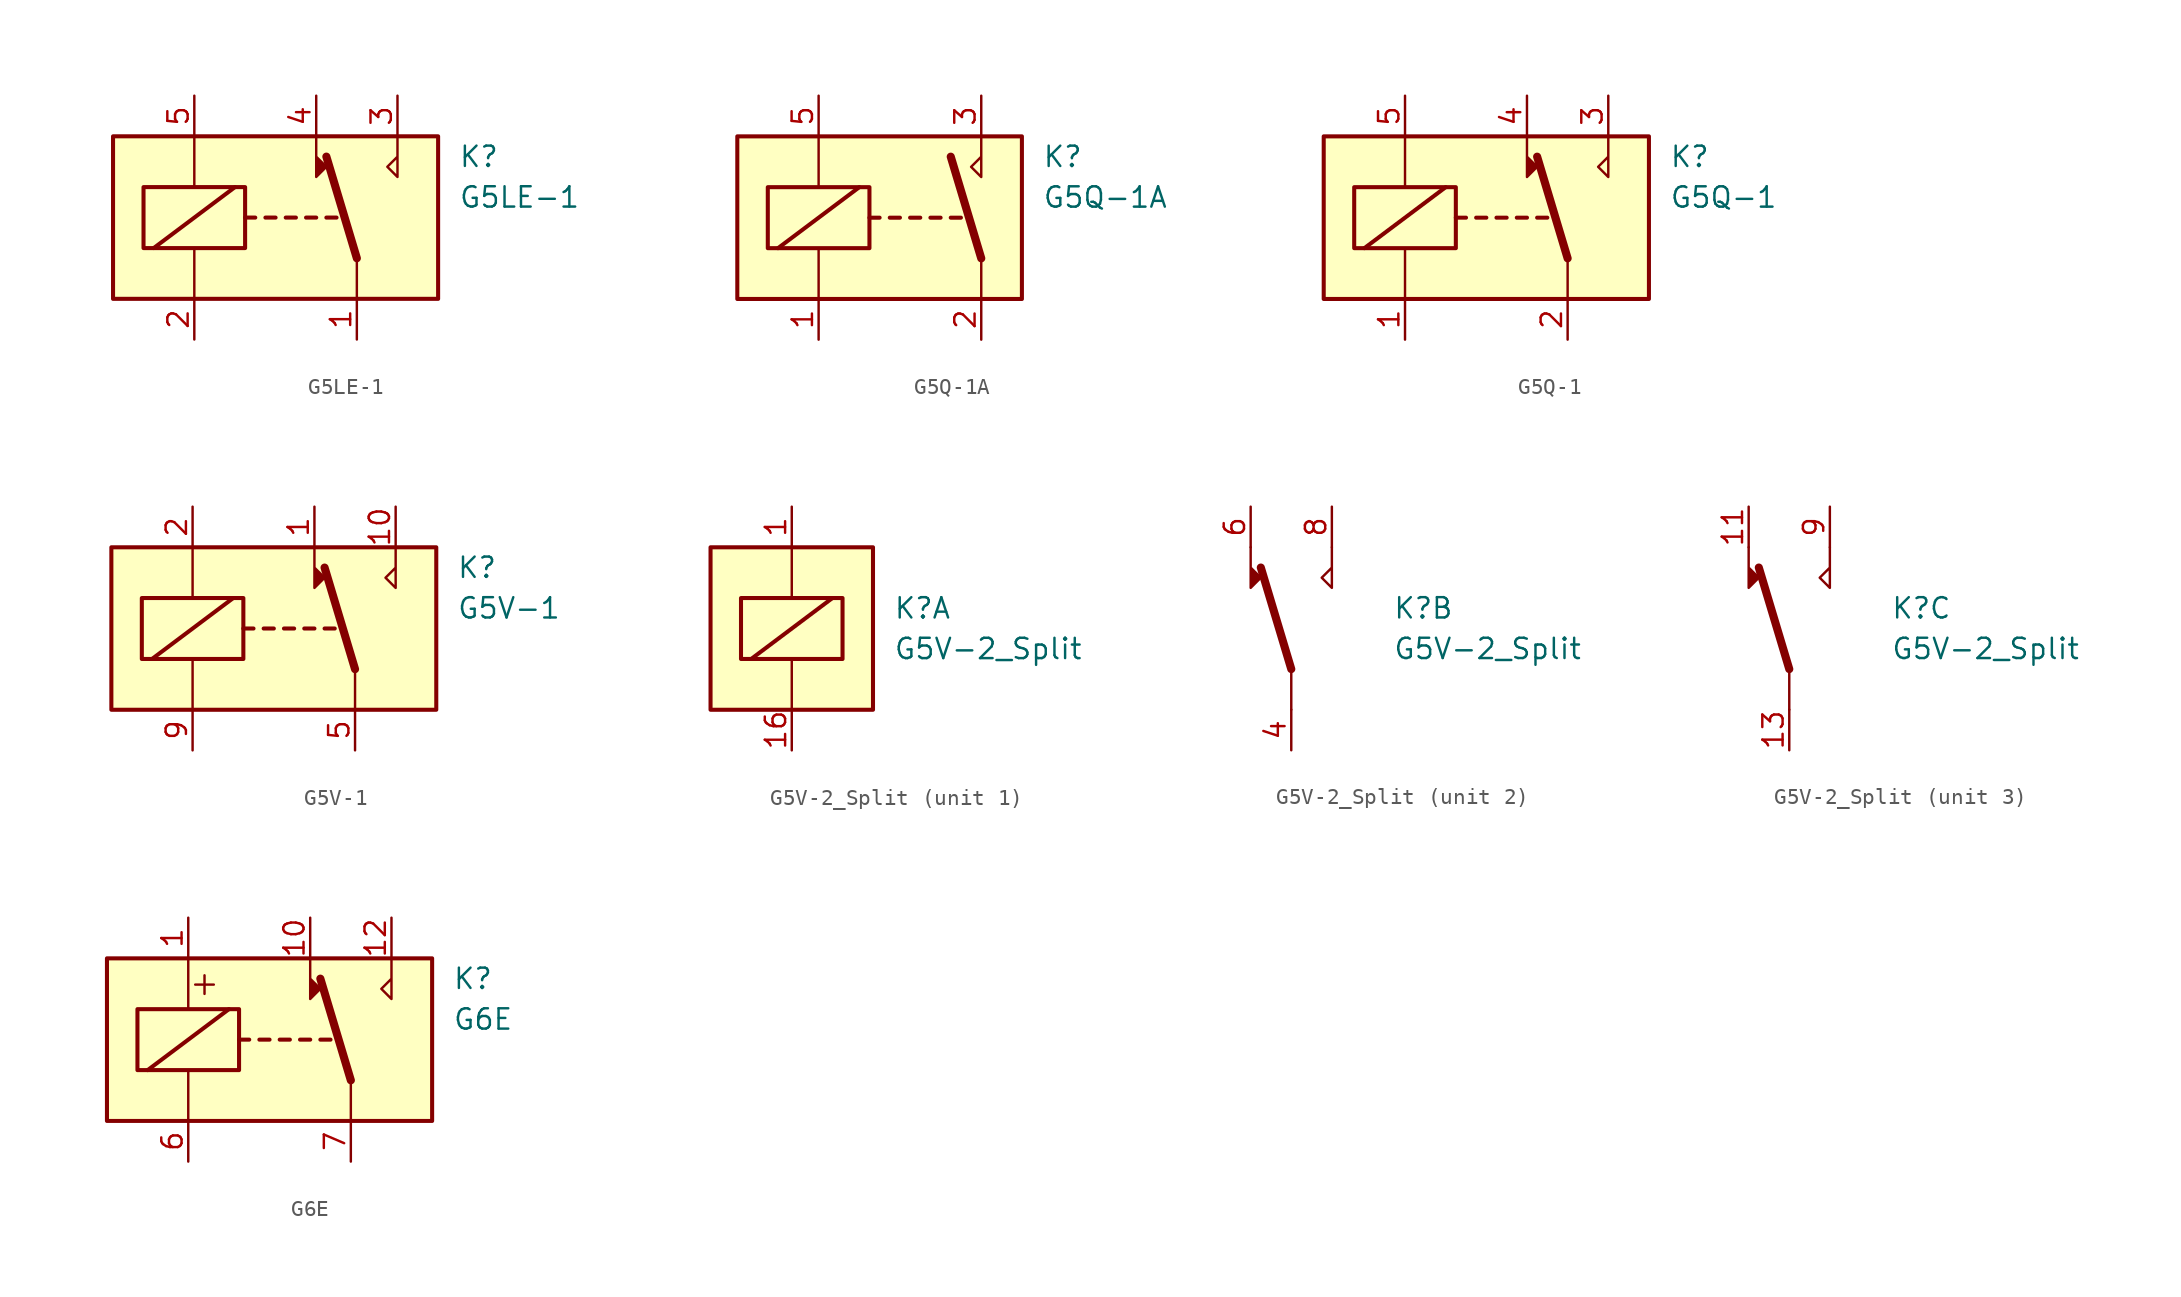
<source format=kicad_sym>
(kicad_symbol_lib
  (version 20201005)
  (generator kicad_symbol_editor)
  (symbol "G5LE-1"
    (property "Reference" "K"
      (at 11.43 3.81 0)
      (effects (font (size 1.27 1.27)) (justify left)))
    (property "Value" "G5LE-1"
      (at 11.43 1.27 0)
      (effects (font (size 1.27 1.27)) (justify left)))
    (symbol "G5LE-1_0_0"
      (polyline (pts (xy 7.62 5.08) (xy 7.62 2.54) (xy 6.985 3.175) (xy 7.62 3.81)) (stroke (width 0)) (fill (type none))))
    (symbol "G5LE-1_0_1"
      (rectangle (start -8.255 1.905) (end -1.905 -1.905) (stroke (width 0.254)) (fill (type none)))
      (rectangle (start -10.16 5.08) (end 10.16 -5.08) (stroke (width 0.254)) (fill (type background)))
      (polyline (pts (xy -7.62 -1.905) (xy -2.54 1.905)) (stroke (width 0.254)) (fill (type none)))
      (polyline (pts (xy -5.08 -5.08) (xy -5.08 -1.905)) (stroke (width 0)) (fill (type none)))
      (polyline (pts (xy -5.08 5.08) (xy -5.08 1.905)) (stroke (width 0)) (fill (type none)))
      (polyline (pts (xy -1.905 0) (xy -1.27 0)) (stroke (width 0.254)) (fill (type none)))
      (polyline (pts (xy -0.635 0) (xy 0 0)) (stroke (width 0.254)) (fill (type none)))
      (polyline (pts (xy 0.635 0) (xy 1.27 0)) (stroke (width 0.254)) (fill (type none)))
      (polyline (pts (xy 1.905 0) (xy 2.54 0)) (stroke (width 0.254)) (fill (type none)))
      (polyline (pts (xy 3.175 0) (xy 3.81 0)) (stroke (width 0.254)) (fill (type none)))
      (polyline (pts (xy 5.08 -2.54) (xy 3.175 3.81)) (stroke (width 0.508)) (fill (type none)))
      (polyline (pts (xy 5.08 -2.54) (xy 5.08 -5.08)) (stroke (width 0)) (fill (type none)))
      (polyline (pts (xy 2.54 5.08) (xy 2.54 2.54) (xy 3.175 3.175) (xy 2.54 3.81)) (stroke (width 0)) (fill (type outline))))
    (symbol "G5LE-1_1_1"
      (pin passive line (at 5.08 -7.62 90) (length 2.54) (name "~" (effects (font (size 1.27 1.27)))) (number "1" (effects (font (size 1.27 1.27)))))
      (pin passive line (at -5.08 -7.62 90) (length 2.54) (name "~" (effects (font (size 1.27 1.27)))) (number "2" (effects (font (size 1.27 1.27)))))
      (pin passive line (at 7.62 7.62 270) (length 2.54) (name "~" (effects (font (size 1.27 1.27)))) (number "3" (effects (font (size 1.27 1.27)))))
      (pin passive line (at 2.54 7.62 270) (length 2.54) (name "~" (effects (font (size 1.27 1.27)))) (number "4" (effects (font (size 1.27 1.27)))))
      (pin passive line (at -5.08 7.62 270) (length 2.54) (name "~" (effects (font (size 1.27 1.27)))) (number "5" (effects (font (size 1.27 1.27)))))))
  (symbol "G5Q-1A"
    (property "Reference" "K"
      (at 8.89 3.81 0)
      (effects (font (size 1.27 1.27)) (justify left)))
    (property "Value" "G5Q-1A"
      (at 8.89 1.27 0)
      (effects (font (size 1.27 1.27)) (justify left)))
    (symbol "G5Q-1A_0_0"
      (polyline (pts (xy 5.08 5.08) (xy 5.08 2.54) (xy 4.445 3.175) (xy 5.08 3.81)) (stroke (width 0)) (fill (type none))))
    (symbol "G5Q-1A_0_1"
      (rectangle (start -8.255 1.905) (end -1.905 -1.905) (stroke (width 0.254)) (fill (type none)))
      (rectangle (start -10.16 5.08) (end 7.62 -5.08) (stroke (width 0.254)) (fill (type background)))
      (polyline (pts (xy -7.62 -1.905) (xy -2.54 1.905)) (stroke (width 0.254)) (fill (type none)))
      (polyline (pts (xy -5.08 -5.08) (xy -5.08 -1.905)) (stroke (width 0)) (fill (type none)))
      (polyline (pts (xy -5.08 5.08) (xy -5.08 1.905)) (stroke (width 0)) (fill (type none)))
      (polyline (pts (xy -1.905 0) (xy -1.27 0)) (stroke (width 0.254)) (fill (type none)))
      (polyline (pts (xy -0.635 0) (xy 0 0)) (stroke (width 0.254)) (fill (type none)))
      (polyline (pts (xy 0.635 0) (xy 1.27 0)) (stroke (width 0.254)) (fill (type none)))
      (polyline (pts (xy 1.905 0) (xy 2.54 0)) (stroke (width 0.254)) (fill (type none)))
      (polyline (pts (xy 3.175 0) (xy 3.81 0)) (stroke (width 0.254)) (fill (type none)))
      (polyline (pts (xy 5.08 -2.54) (xy 3.175 3.81)) (stroke (width 0.508)) (fill (type none)))
      (polyline (pts (xy 5.08 -2.54) (xy 5.08 -5.08)) (stroke (width 0)) (fill (type none))))
    (symbol "G5Q-1A_1_1"
      (pin passive line (at -5.08 -7.62 90) (length 2.54) (name "~" (effects (font (size 1.27 1.27)))) (number "1" (effects (font (size 1.27 1.27)))))
      (pin passive line (at 5.08 -7.62 90) (length 2.54) (name "~" (effects (font (size 1.27 1.27)))) (number "2" (effects (font (size 1.27 1.27)))))
      (pin passive line (at 5.08 7.62 270) (length 2.54) (name "~" (effects (font (size 1.27 1.27)))) (number "3" (effects (font (size 1.27 1.27)))))
      (pin passive line (at -5.08 7.62 270) (length 2.54) (name "~" (effects (font (size 1.27 1.27)))) (number "5" (effects (font (size 1.27 1.27)))))))
  (symbol "G5Q-1"
    (property "Reference" "K"
      (at 11.43 3.81 0)
      (effects (font (size 1.27 1.27)) (justify left)))
    (property "Value" "G5Q-1"
      (at 11.43 1.27 0)
      (effects (font (size 1.27 1.27)) (justify left)))
    (symbol "G5Q-1_0_0"
      (polyline (pts (xy 7.62 5.08) (xy 7.62 2.54) (xy 6.985 3.175) (xy 7.62 3.81)) (stroke (width 0)) (fill (type none))))
    (symbol "G5Q-1_0_1"
      (rectangle (start -8.255 1.905) (end -1.905 -1.905) (stroke (width 0.254)) (fill (type none)))
      (rectangle (start -10.16 5.08) (end 10.16 -5.08) (stroke (width 0.254)) (fill (type background)))
      (polyline (pts (xy -7.62 -1.905) (xy -2.54 1.905)) (stroke (width 0.254)) (fill (type none)))
      (polyline (pts (xy -5.08 -5.08) (xy -5.08 -1.905)) (stroke (width 0)) (fill (type none)))
      (polyline (pts (xy -5.08 5.08) (xy -5.08 1.905)) (stroke (width 0)) (fill (type none)))
      (polyline (pts (xy -1.905 0) (xy -1.27 0)) (stroke (width 0.254)) (fill (type none)))
      (polyline (pts (xy -0.635 0) (xy 0 0)) (stroke (width 0.254)) (fill (type none)))
      (polyline (pts (xy 0.635 0) (xy 1.27 0)) (stroke (width 0.254)) (fill (type none)))
      (polyline (pts (xy 1.905 0) (xy 2.54 0)) (stroke (width 0.254)) (fill (type none)))
      (polyline (pts (xy 3.175 0) (xy 3.81 0)) (stroke (width 0.254)) (fill (type none)))
      (polyline (pts (xy 5.08 -2.54) (xy 3.175 3.81)) (stroke (width 0.508)) (fill (type none)))
      (polyline (pts (xy 5.08 -2.54) (xy 5.08 -5.08)) (stroke (width 0)) (fill (type none)))
      (polyline (pts (xy 2.54 5.08) (xy 2.54 2.54) (xy 3.175 3.175) (xy 2.54 3.81)) (stroke (width 0)) (fill (type outline))))
    (symbol "G5Q-1_1_1"
      (pin passive line (at -5.08 -7.62 90) (length 2.54) (name "~" (effects (font (size 1.27 1.27)))) (number "1" (effects (font (size 1.27 1.27)))))
      (pin passive line (at 5.08 -7.62 90) (length 2.54) (name "~" (effects (font (size 1.27 1.27)))) (number "2" (effects (font (size 1.27 1.27)))))
      (pin passive line (at 7.62 7.62 270) (length 2.54) (name "~" (effects (font (size 1.27 1.27)))) (number "3" (effects (font (size 1.27 1.27)))))
      (pin passive line (at 2.54 7.62 270) (length 2.54) (name "~" (effects (font (size 1.27 1.27)))) (number "4" (effects (font (size 1.27 1.27)))))
      (pin passive line (at -5.08 7.62 270) (length 2.54) (name "~" (effects (font (size 1.27 1.27)))) (number "5" (effects (font (size 1.27 1.27)))))))
  (symbol "G5V-1"
    (property "Reference" "K"
      (at 11.43 3.81 0)
      (effects (font (size 1.27 1.27)) (justify left)))
    (property "Value" "G5V-1"
      (at 11.43 1.27 0)
      (effects (font (size 1.27 1.27)) (justify left)))
    (symbol "G5V-1_0_0"
      (polyline (pts (xy 7.62 5.08) (xy 7.62 2.54) (xy 6.985 3.175) (xy 7.62 3.81)) (stroke (width 0)) (fill (type none))))
    (symbol "G5V-1_0_1"
      (rectangle (start -8.255 1.905) (end -1.905 -1.905) (stroke (width 0.254)) (fill (type none)))
      (rectangle (start -10.16 5.08) (end 10.16 -5.08) (stroke (width 0.254)) (fill (type background)))
      (polyline (pts (xy -7.62 -1.905) (xy -2.54 1.905)) (stroke (width 0.254)) (fill (type none)))
      (polyline (pts (xy -5.08 -5.08) (xy -5.08 -1.905)) (stroke (width 0)) (fill (type none)))
      (polyline (pts (xy -5.08 5.08) (xy -5.08 1.905)) (stroke (width 0)) (fill (type none)))
      (polyline (pts (xy -1.905 0) (xy -1.27 0)) (stroke (width 0.254)) (fill (type none)))
      (polyline (pts (xy -0.635 0) (xy 0 0)) (stroke (width 0.254)) (fill (type none)))
      (polyline (pts (xy 0.635 0) (xy 1.27 0)) (stroke (width 0.254)) (fill (type none)))
      (polyline (pts (xy 1.905 0) (xy 2.54 0)) (stroke (width 0.254)) (fill (type none)))
      (polyline (pts (xy 3.175 0) (xy 3.81 0)) (stroke (width 0.254)) (fill (type none)))
      (polyline (pts (xy 5.08 -2.54) (xy 3.175 3.81)) (stroke (width 0.508)) (fill (type none)))
      (polyline (pts (xy 5.08 -2.54) (xy 5.08 -5.08)) (stroke (width 0)) (fill (type none)))
      (polyline (pts (xy 2.54 5.08) (xy 2.54 2.54) (xy 3.175 3.175) (xy 2.54 3.81)) (stroke (width 0)) (fill (type outline))))
    (symbol "G5V-1_1_1"
      (pin passive line (at 2.54 7.62 270) (length 2.54) (name "~" (effects (font (size 1.27 1.27)))) (number "1" (effects (font (size 1.27 1.27)))))
      (pin passive line (at 7.62 7.62 270) (length 2.54) (name "~" (effects (font (size 1.27 1.27)))) (number "10" (effects (font (size 1.27 1.27)))))
      (pin passive line (at -5.08 7.62 270) (length 2.54) (name "~" (effects (font (size 1.27 1.27)))) (number "2" (effects (font (size 1.27 1.27)))))
      (pin passive line (at 5.08 -7.62 90) (length 2.54) (name "~" (effects (font (size 1.27 1.27)))) (number "5" (effects (font (size 1.27 1.27)))))
      (pin passive line (at 5.08 -7.62 90) (length 2.54) hide (name "~" (effects (font (size 1.27 1.27)))) (number "6" (effects (font (size 1.27 1.27)))))
      (pin passive line (at -5.08 -7.62 90) (length 2.54) (name "~" (effects (font (size 1.27 1.27)))) (number "9" (effects (font (size 1.27 1.27)))))))
  (symbol "G5V-2_Split"
    (property "Reference" "K"
      (at 6.35 1.27 0)
      (effects (font (size 1.27 1.27)) (justify left)))
    (property "Value" "G5V-2_Split"
      (at 6.35 -1.27 0)
      (effects (font (size 1.27 1.27)) (justify left)))
    (property "ki_locked" ""
      (at 0 0 0)
      (effects (font (size 1.27 1.27))))
    (symbol "G5V-2_Split_1_1"
      (rectangle (start -3.175 1.905) (end 3.175 -1.905) (stroke (width 0.254)) (fill (type none)))
      (rectangle (start -5.08 5.08) (end 5.08 -5.08) (stroke (width 0.254)) (fill (type background)))
      (polyline (pts (xy -2.54 -1.905) (xy 2.54 1.905)) (stroke (width 0.254)) (fill (type none)))
      (polyline (pts (xy 0 -5.08) (xy 0 -1.905)) (stroke (width 0)) (fill (type none)))
      (polyline (pts (xy 0 5.08) (xy 0 1.905)) (stroke (width 0)) (fill (type none)))
      (pin passive line (at 0 7.62 270) (length 2.54) (name "~" (effects (font (size 1.27 1.27)))) (number "1" (effects (font (size 1.27 1.27)))))
      (pin passive line (at 0 -7.62 90) (length 2.54) (name "~" (effects (font (size 1.27 1.27)))) (number "16" (effects (font (size 1.27 1.27))))))
    (symbol "G5V-2_Split_2_1"
      (polyline (pts (xy 0 -2.54) (xy -1.905 3.81)) (stroke (width 0.508)) (fill (type none)))
      (polyline (pts (xy 0 -2.54) (xy 0 -5.08)) (stroke (width 0)) (fill (type none)))
      (polyline (pts (xy 2.54 5.08) (xy 2.54 2.54) (xy 1.905 3.175) (xy 2.54 3.81)) (stroke (width 0)) (fill (type none)))
      (polyline (pts (xy -2.54 5.08) (xy -2.54 2.54) (xy -1.905 3.175) (xy -2.54 3.81)) (stroke (width 0)) (fill (type outline)))
      (pin passive line (at 0 -7.62 90) (length 2.54) (name "~" (effects (font (size 1.27 1.27)))) (number "4" (effects (font (size 1.27 1.27)))))
      (pin passive line (at -2.54 7.62 270) (length 2.54) (name "~" (effects (font (size 1.27 1.27)))) (number "6" (effects (font (size 1.27 1.27)))))
      (pin passive line (at 2.54 7.62 270) (length 2.54) (name "~" (effects (font (size 1.27 1.27)))) (number "8" (effects (font (size 1.27 1.27))))))
    (symbol "G5V-2_Split_3_1"
      (polyline (pts (xy 0 -2.54) (xy -1.905 3.81)) (stroke (width 0.508)) (fill (type none)))
      (polyline (pts (xy 0 -2.54) (xy 0 -5.08)) (stroke (width 0)) (fill (type none)))
      (polyline (pts (xy 2.54 5.08) (xy 2.54 2.54) (xy 1.905 3.175) (xy 2.54 3.81)) (stroke (width 0)) (fill (type none)))
      (polyline (pts (xy -2.54 5.08) (xy -2.54 2.54) (xy -1.905 3.175) (xy -2.54 3.81)) (stroke (width 0)) (fill (type outline)))
      (pin passive line (at -2.54 7.62 270) (length 2.54) (name "~" (effects (font (size 1.27 1.27)))) (number "11" (effects (font (size 1.27 1.27)))))
      (pin passive line (at 0 -7.62 90) (length 2.54) (name "~" (effects (font (size 1.27 1.27)))) (number "13" (effects (font (size 1.27 1.27)))))
      (pin passive line (at 2.54 7.62 270) (length 2.54) (name "~" (effects (font (size 1.27 1.27)))) (number "9" (effects (font (size 1.27 1.27)))))))
  (symbol "G6E"
    (property "Reference" "K"
      (at 11.43 3.81 0)
      (effects (font (size 1.27 1.27)) (justify left)))
    (property "Value" "G6E"
      (at 11.43 1.27 0)
      (effects (font (size 1.27 1.27)) (justify left)))
    (symbol "G6E_0_0"
      (text "+" (at -4.064 3.556 0) (effects (font (size 1.524 1.524))))
      (polyline (pts (xy 7.62 5.08) (xy 7.62 2.54) (xy 6.985 3.175) (xy 7.62 3.81)) (stroke (width 0)) (fill (type none))))
    (symbol "G6E_0_1"
      (rectangle (start -8.255 1.905) (end -1.905 -1.905) (stroke (width 0.254)) (fill (type none)))
      (rectangle (start -10.16 5.08) (end 10.16 -5.08) (stroke (width 0.254)) (fill (type background)))
      (polyline (pts (xy -7.62 -1.905) (xy -2.54 1.905)) (stroke (width 0.254)) (fill (type none)))
      (polyline (pts (xy -5.08 -5.08) (xy -5.08 -1.905)) (stroke (width 0)) (fill (type none)))
      (polyline (pts (xy -5.08 5.08) (xy -5.08 1.905)) (stroke (width 0)) (fill (type none)))
      (polyline (pts (xy -1.905 0) (xy -1.27 0)) (stroke (width 0.254)) (fill (type none)))
      (polyline (pts (xy -0.635 0) (xy 0 0)) (stroke (width 0.254)) (fill (type none)))
      (polyline (pts (xy 0.635 0) (xy 1.27 0)) (stroke (width 0.254)) (fill (type none)))
      (polyline (pts (xy 1.905 0) (xy 2.54 0)) (stroke (width 0.254)) (fill (type none)))
      (polyline (pts (xy 3.175 0) (xy 3.81 0)) (stroke (width 0.254)) (fill (type none)))
      (polyline (pts (xy 5.08 -2.54) (xy 3.175 3.81)) (stroke (width 0.508)) (fill (type none)))
      (polyline (pts (xy 5.08 -2.54) (xy 5.08 -5.08)) (stroke (width 0)) (fill (type none)))
      (polyline (pts (xy 2.54 5.08) (xy 2.54 2.54) (xy 3.175 3.175) (xy 2.54 3.81)) (stroke (width 0)) (fill (type outline))))
    (symbol "G6E_1_1"
      (pin passive line (at -5.08 7.62 270) (length 2.54) (name "~" (effects (font (size 1.27 1.27)))) (number "1" (effects (font (size 1.27 1.27)))))
      (pin passive line (at 2.54 7.62 270) (length 2.54) (name "~" (effects (font (size 1.27 1.27)))) (number "10" (effects (font (size 1.27 1.27)))))
      (pin passive line (at 7.62 7.62 270) (length 2.54) (name "~" (effects (font (size 1.27 1.27)))) (number "12" (effects (font (size 1.27 1.27)))))
      (pin passive line (at -5.08 -7.62 90) (length 2.54) (name "~" (effects (font (size 1.27 1.27)))) (number "6" (effects (font (size 1.27 1.27)))))
      (pin passive line (at 5.08 -7.62 90) (length 2.54) (name "~" (effects (font (size 1.27 1.27)))) (number "7" (effects (font (size 1.27 1.27))))))))
</source>
